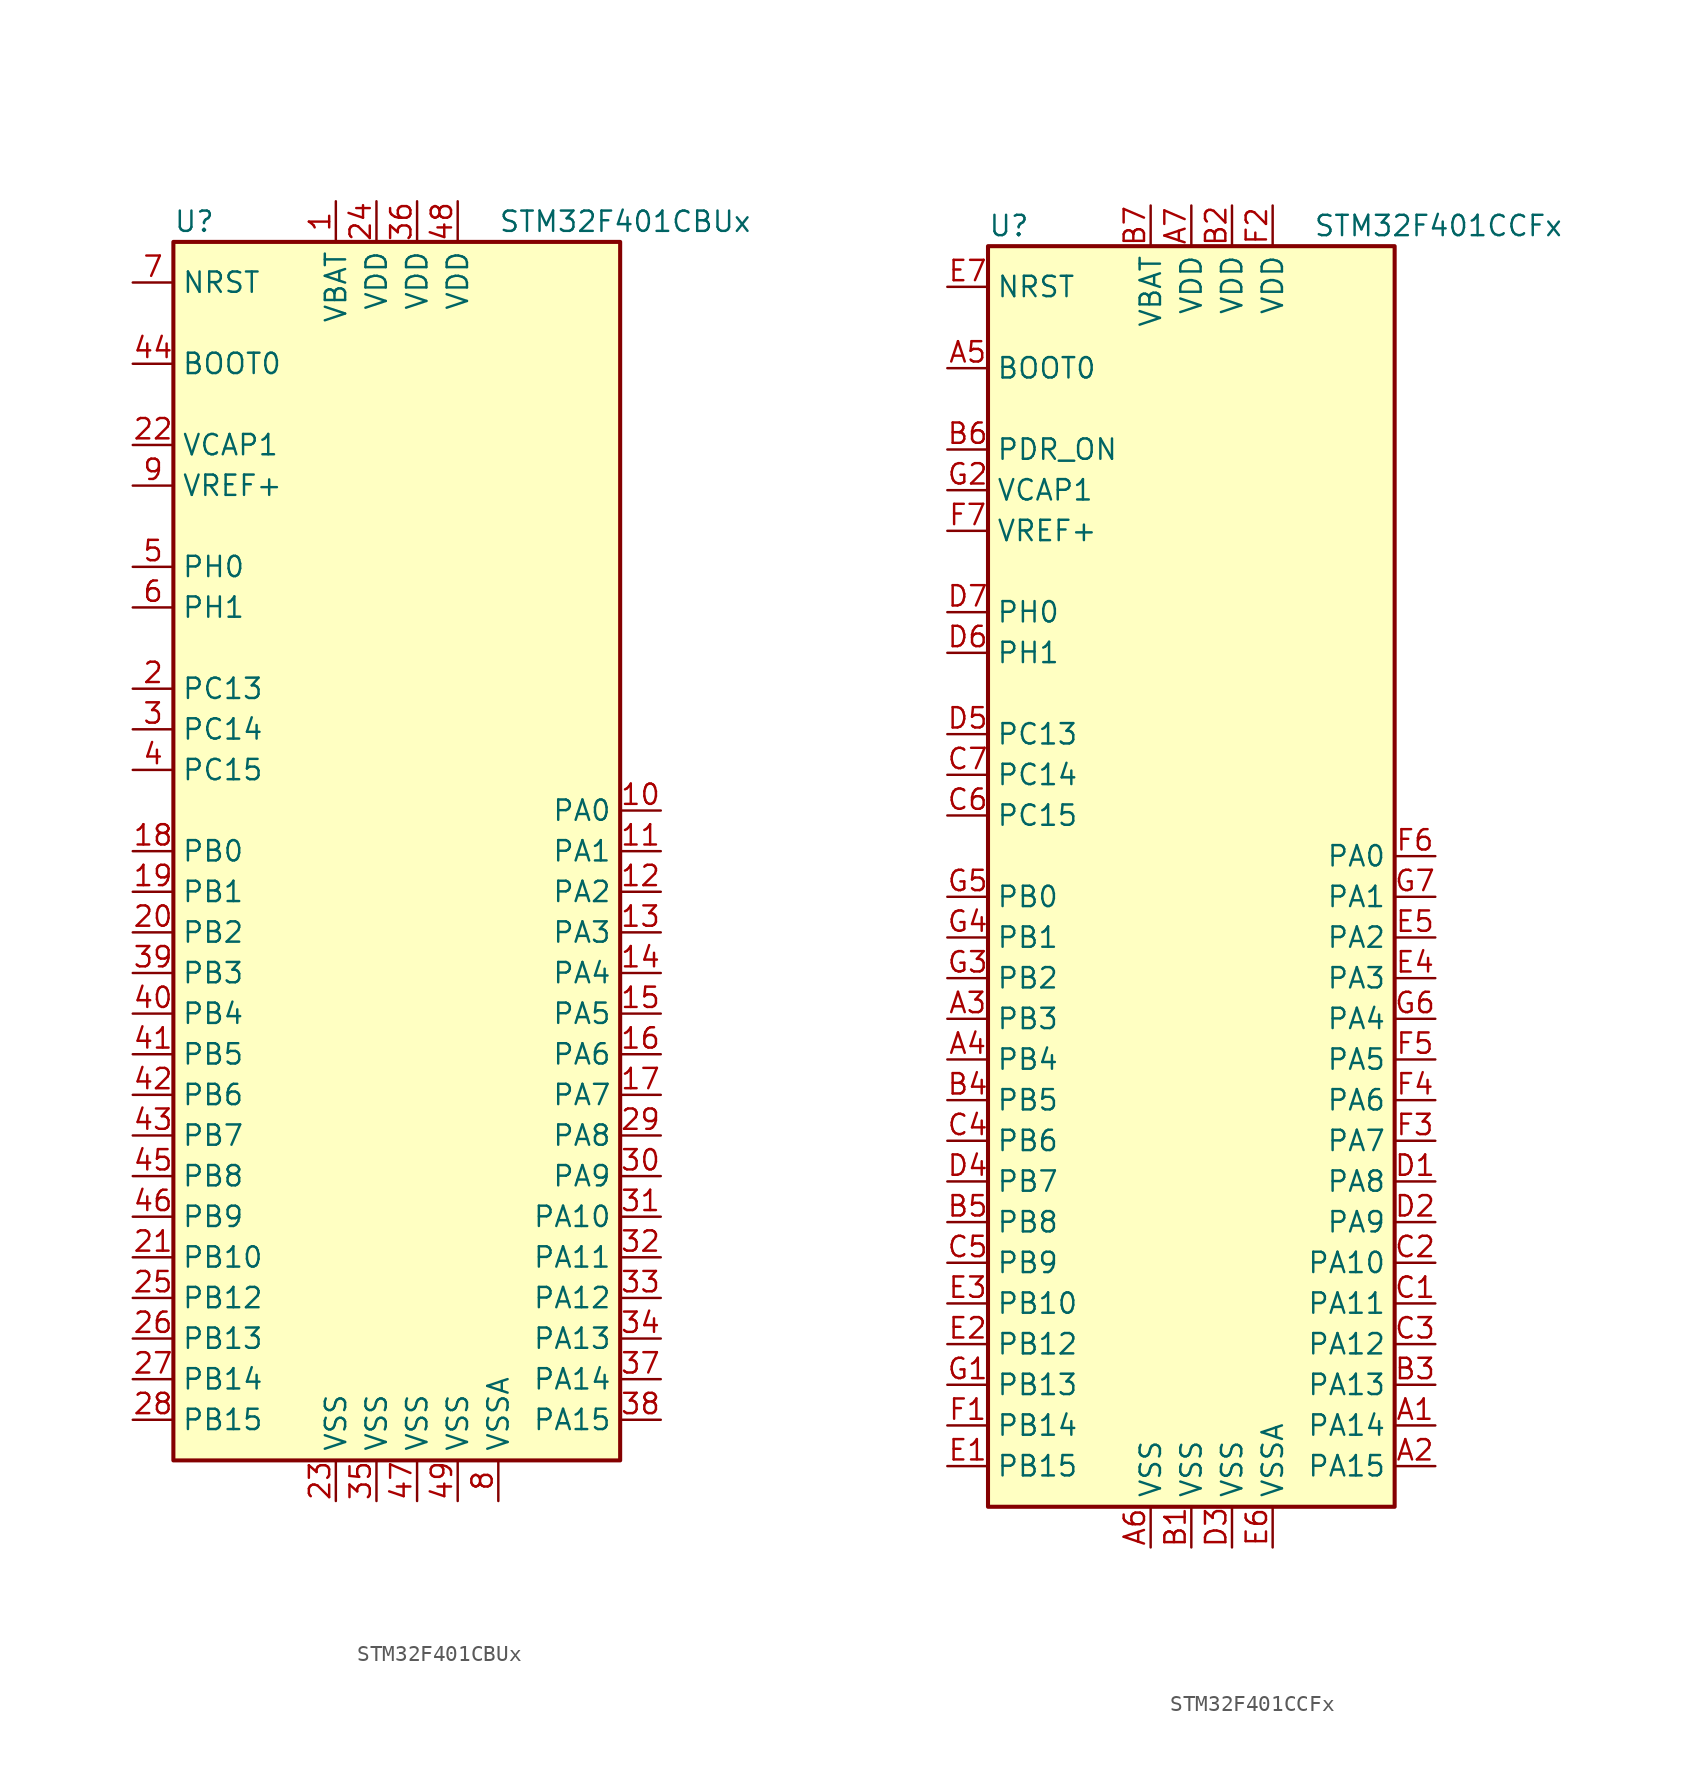
<source format=kicad_sym>
(kicad_symbol_lib
  (version 20211014)
  (generator kicad_symbol_editor)
  (symbol "STM32F401CBUx"
    (property "Reference" "U"
      (at -15.24 39.37 0)
      (effects (font (size 1.27 1.27)) (justify left)))
    (property "Value" "STM32F401CBUx"
      (at 5.08 39.37 0)
      (effects (font (size 1.27 1.27)) (justify left)))
    (symbol "STM32F401CBUx_0_1"
      (rectangle (start -15.24 -38.1) (end 12.7 38.1) (stroke (width 0.254) (type default) (color 0 0 0 0)) (fill (type background))))
    (symbol "STM32F401CBUx_1_1"
      (pin power_in line (at -5.08 40.64 270) (length 2.54) (name "VBAT" (effects (font (size 1.27 1.27)))) (number "1" (effects (font (size 1.27 1.27)))))
      (pin bidirectional line (at 15.24 2.54 180) (length 2.54) (name "PA0" (effects (font (size 1.27 1.27)))) (number "10" (effects (font (size 1.27 1.27)))))
      (pin bidirectional line (at 15.24 0 180) (length 2.54) (name "PA1" (effects (font (size 1.27 1.27)))) (number "11" (effects (font (size 1.27 1.27)))))
      (pin bidirectional line (at 15.24 -2.54 180) (length 2.54) (name "PA2" (effects (font (size 1.27 1.27)))) (number "12" (effects (font (size 1.27 1.27)))))
      (pin bidirectional line (at 15.24 -5.08 180) (length 2.54) (name "PA3" (effects (font (size 1.27 1.27)))) (number "13" (effects (font (size 1.27 1.27)))))
      (pin bidirectional line (at 15.24 -7.62 180) (length 2.54) (name "PA4" (effects (font (size 1.27 1.27)))) (number "14" (effects (font (size 1.27 1.27)))))
      (pin bidirectional line (at 15.24 -10.16 180) (length 2.54) (name "PA5" (effects (font (size 1.27 1.27)))) (number "15" (effects (font (size 1.27 1.27)))))
      (pin bidirectional line (at 15.24 -12.7 180) (length 2.54) (name "PA6" (effects (font (size 1.27 1.27)))) (number "16" (effects (font (size 1.27 1.27)))))
      (pin bidirectional line (at 15.24 -15.24 180) (length 2.54) (name "PA7" (effects (font (size 1.27 1.27)))) (number "17" (effects (font (size 1.27 1.27)))))
      (pin bidirectional line (at -17.78 0 0) (length 2.54) (name "PB0" (effects (font (size 1.27 1.27)))) (number "18" (effects (font (size 1.27 1.27)))))
      (pin bidirectional line (at -17.78 -2.54 0) (length 2.54) (name "PB1" (effects (font (size 1.27 1.27)))) (number "19" (effects (font (size 1.27 1.27)))))
      (pin bidirectional line (at -17.78 10.16 0) (length 2.54) (name "PC13" (effects (font (size 1.27 1.27)))) (number "2" (effects (font (size 1.27 1.27)))))
      (pin bidirectional line (at -17.78 -5.08 0) (length 2.54) (name "PB2" (effects (font (size 1.27 1.27)))) (number "20" (effects (font (size 1.27 1.27)))))
      (pin bidirectional line (at -17.78 -25.4 0) (length 2.54) (name "PB10" (effects (font (size 1.27 1.27)))) (number "21" (effects (font (size 1.27 1.27)))))
      (pin power_in line (at -17.78 25.4 0) (length 2.54) (name "VCAP1" (effects (font (size 1.27 1.27)))) (number "22" (effects (font (size 1.27 1.27)))))
      (pin power_in line (at -5.08 -40.64 90) (length 2.54) (name "VSS" (effects (font (size 1.27 1.27)))) (number "23" (effects (font (size 1.27 1.27)))))
      (pin power_in line (at -2.54 40.64 270) (length 2.54) (name "VDD" (effects (font (size 1.27 1.27)))) (number "24" (effects (font (size 1.27 1.27)))))
      (pin bidirectional line (at -17.78 -27.94 0) (length 2.54) (name "PB12" (effects (font (size 1.27 1.27)))) (number "25" (effects (font (size 1.27 1.27)))))
      (pin bidirectional line (at -17.78 -30.48 0) (length 2.54) (name "PB13" (effects (font (size 1.27 1.27)))) (number "26" (effects (font (size 1.27 1.27)))))
      (pin bidirectional line (at -17.78 -33.02 0) (length 2.54) (name "PB14" (effects (font (size 1.27 1.27)))) (number "27" (effects (font (size 1.27 1.27)))))
      (pin bidirectional line (at -17.78 -35.56 0) (length 2.54) (name "PB15" (effects (font (size 1.27 1.27)))) (number "28" (effects (font (size 1.27 1.27)))))
      (pin bidirectional line (at 15.24 -17.78 180) (length 2.54) (name "PA8" (effects (font (size 1.27 1.27)))) (number "29" (effects (font (size 1.27 1.27)))))
      (pin bidirectional line (at -17.78 7.62 0) (length 2.54) (name "PC14" (effects (font (size 1.27 1.27)))) (number "3" (effects (font (size 1.27 1.27)))))
      (pin bidirectional line (at 15.24 -20.32 180) (length 2.54) (name "PA9" (effects (font (size 1.27 1.27)))) (number "30" (effects (font (size 1.27 1.27)))))
      (pin bidirectional line (at 15.24 -22.86 180) (length 2.54) (name "PA10" (effects (font (size 1.27 1.27)))) (number "31" (effects (font (size 1.27 1.27)))))
      (pin bidirectional line (at 15.24 -25.4 180) (length 2.54) (name "PA11" (effects (font (size 1.27 1.27)))) (number "32" (effects (font (size 1.27 1.27)))))
      (pin bidirectional line (at 15.24 -27.94 180) (length 2.54) (name "PA12" (effects (font (size 1.27 1.27)))) (number "33" (effects (font (size 1.27 1.27)))))
      (pin bidirectional line (at 15.24 -30.48 180) (length 2.54) (name "PA13" (effects (font (size 1.27 1.27)))) (number "34" (effects (font (size 1.27 1.27)))))
      (pin power_in line (at -2.54 -40.64 90) (length 2.54) (name "VSS" (effects (font (size 1.27 1.27)))) (number "35" (effects (font (size 1.27 1.27)))))
      (pin power_in line (at 0 40.64 270) (length 2.54) (name "VDD" (effects (font (size 1.27 1.27)))) (number "36" (effects (font (size 1.27 1.27)))))
      (pin bidirectional line (at 15.24 -33.02 180) (length 2.54) (name "PA14" (effects (font (size 1.27 1.27)))) (number "37" (effects (font (size 1.27 1.27)))))
      (pin bidirectional line (at 15.24 -35.56 180) (length 2.54) (name "PA15" (effects (font (size 1.27 1.27)))) (number "38" (effects (font (size 1.27 1.27)))))
      (pin bidirectional line (at -17.78 -7.62 0) (length 2.54) (name "PB3" (effects (font (size 1.27 1.27)))) (number "39" (effects (font (size 1.27 1.27)))))
      (pin bidirectional line (at -17.78 5.08 0) (length 2.54) (name "PC15" (effects (font (size 1.27 1.27)))) (number "4" (effects (font (size 1.27 1.27)))))
      (pin bidirectional line (at -17.78 -10.16 0) (length 2.54) (name "PB4" (effects (font (size 1.27 1.27)))) (number "40" (effects (font (size 1.27 1.27)))))
      (pin bidirectional line (at -17.78 -12.7 0) (length 2.54) (name "PB5" (effects (font (size 1.27 1.27)))) (number "41" (effects (font (size 1.27 1.27)))))
      (pin bidirectional line (at -17.78 -15.24 0) (length 2.54) (name "PB6" (effects (font (size 1.27 1.27)))) (number "42" (effects (font (size 1.27 1.27)))))
      (pin bidirectional line (at -17.78 -17.78 0) (length 2.54) (name "PB7" (effects (font (size 1.27 1.27)))) (number "43" (effects (font (size 1.27 1.27)))))
      (pin input line (at -17.78 30.48 0) (length 2.54) (name "BOOT0" (effects (font (size 1.27 1.27)))) (number "44" (effects (font (size 1.27 1.27)))))
      (pin bidirectional line (at -17.78 -20.32 0) (length 2.54) (name "PB8" (effects (font (size 1.27 1.27)))) (number "45" (effects (font (size 1.27 1.27)))))
      (pin bidirectional line (at -17.78 -22.86 0) (length 2.54) (name "PB9" (effects (font (size 1.27 1.27)))) (number "46" (effects (font (size 1.27 1.27)))))
      (pin power_in line (at 0 -40.64 90) (length 2.54) (name "VSS" (effects (font (size 1.27 1.27)))) (number "47" (effects (font (size 1.27 1.27)))))
      (pin power_in line (at 2.54 40.64 270) (length 2.54) (name "VDD" (effects (font (size 1.27 1.27)))) (number "48" (effects (font (size 1.27 1.27)))))
      (pin power_in line (at 2.54 -40.64 90) (length 2.54) (name "VSS" (effects (font (size 1.27 1.27)))) (number "49" (effects (font (size 1.27 1.27)))))
      (pin input line (at -17.78 17.78 0) (length 2.54) (name "PH0" (effects (font (size 1.27 1.27)))) (number "5" (effects (font (size 1.27 1.27)))))
      (pin input line (at -17.78 15.24 0) (length 2.54) (name "PH1" (effects (font (size 1.27 1.27)))) (number "6" (effects (font (size 1.27 1.27)))))
      (pin input line (at -17.78 35.56 0) (length 2.54) (name "NRST" (effects (font (size 1.27 1.27)))) (number "7" (effects (font (size 1.27 1.27)))))
      (pin power_in line (at 5.08 -40.64 90) (length 2.54) (name "VSSA" (effects (font (size 1.27 1.27)))) (number "8" (effects (font (size 1.27 1.27)))))
      (pin power_in line (at -17.78 22.86 0) (length 2.54) (name "VREF+" (effects (font (size 1.27 1.27)))) (number "9" (effects (font (size 1.27 1.27)))))))
  (symbol "STM32F401CCFx"
    (property "Reference" "U"
      (at -12.7 39.37 0)
      (effects (font (size 1.27 1.27)) (justify left)))
    (property "Value" "STM32F401CCFx"
      (at 7.62 39.37 0)
      (effects (font (size 1.27 1.27)) (justify left)))
    (symbol "STM32F401CCFx_0_1"
      (rectangle (start -12.7 -40.64) (end 12.7 38.1) (stroke (width 0.254) (type default) (color 0 0 0 0)) (fill (type background))))
    (symbol "STM32F401CCFx_1_1"
      (pin bidirectional line (at 15.24 -35.56 180) (length 2.54) (name "PA14" (effects (font (size 1.27 1.27)))) (number "A1" (effects (font (size 1.27 1.27)))))
      (pin bidirectional line (at 15.24 -38.1 180) (length 2.54) (name "PA15" (effects (font (size 1.27 1.27)))) (number "A2" (effects (font (size 1.27 1.27)))))
      (pin bidirectional line (at -15.24 -10.16 0) (length 2.54) (name "PB3" (effects (font (size 1.27 1.27)))) (number "A3" (effects (font (size 1.27 1.27)))))
      (pin bidirectional line (at -15.24 -12.7 0) (length 2.54) (name "PB4" (effects (font (size 1.27 1.27)))) (number "A4" (effects (font (size 1.27 1.27)))))
      (pin input line (at -15.24 30.48 0) (length 2.54) (name "BOOT0" (effects (font (size 1.27 1.27)))) (number "A5" (effects (font (size 1.27 1.27)))))
      (pin power_in line (at -2.54 -43.18 90) (length 2.54) (name "VSS" (effects (font (size 1.27 1.27)))) (number "A6" (effects (font (size 1.27 1.27)))))
      (pin power_in line (at 0 40.64 270) (length 2.54) (name "VDD" (effects (font (size 1.27 1.27)))) (number "A7" (effects (font (size 1.27 1.27)))))
      (pin power_in line (at 0 -43.18 90) (length 2.54) (name "VSS" (effects (font (size 1.27 1.27)))) (number "B1" (effects (font (size 1.27 1.27)))))
      (pin power_in line (at 2.54 40.64 270) (length 2.54) (name "VDD" (effects (font (size 1.27 1.27)))) (number "B2" (effects (font (size 1.27 1.27)))))
      (pin bidirectional line (at 15.24 -33.02 180) (length 2.54) (name "PA13" (effects (font (size 1.27 1.27)))) (number "B3" (effects (font (size 1.27 1.27)))))
      (pin bidirectional line (at -15.24 -15.24 0) (length 2.54) (name "PB5" (effects (font (size 1.27 1.27)))) (number "B4" (effects (font (size 1.27 1.27)))))
      (pin bidirectional line (at -15.24 -22.86 0) (length 2.54) (name "PB8" (effects (font (size 1.27 1.27)))) (number "B5" (effects (font (size 1.27 1.27)))))
      (pin power_in line (at -15.24 25.4 0) (length 2.54) (name "PDR_ON" (effects (font (size 1.27 1.27)))) (number "B6" (effects (font (size 1.27 1.27)))))
      (pin power_in line (at -2.54 40.64 270) (length 2.54) (name "VBAT" (effects (font (size 1.27 1.27)))) (number "B7" (effects (font (size 1.27 1.27)))))
      (pin bidirectional line (at 15.24 -27.94 180) (length 2.54) (name "PA11" (effects (font (size 1.27 1.27)))) (number "C1" (effects (font (size 1.27 1.27)))))
      (pin bidirectional line (at 15.24 -25.4 180) (length 2.54) (name "PA10" (effects (font (size 1.27 1.27)))) (number "C2" (effects (font (size 1.27 1.27)))))
      (pin bidirectional line (at 15.24 -30.48 180) (length 2.54) (name "PA12" (effects (font (size 1.27 1.27)))) (number "C3" (effects (font (size 1.27 1.27)))))
      (pin bidirectional line (at -15.24 -17.78 0) (length 2.54) (name "PB6" (effects (font (size 1.27 1.27)))) (number "C4" (effects (font (size 1.27 1.27)))))
      (pin bidirectional line (at -15.24 -25.4 0) (length 2.54) (name "PB9" (effects (font (size 1.27 1.27)))) (number "C5" (effects (font (size 1.27 1.27)))))
      (pin bidirectional line (at -15.24 2.54 0) (length 2.54) (name "PC15" (effects (font (size 1.27 1.27)))) (number "C6" (effects (font (size 1.27 1.27)))))
      (pin bidirectional line (at -15.24 5.08 0) (length 2.54) (name "PC14" (effects (font (size 1.27 1.27)))) (number "C7" (effects (font (size 1.27 1.27)))))
      (pin bidirectional line (at 15.24 -20.32 180) (length 2.54) (name "PA8" (effects (font (size 1.27 1.27)))) (number "D1" (effects (font (size 1.27 1.27)))))
      (pin bidirectional line (at 15.24 -22.86 180) (length 2.54) (name "PA9" (effects (font (size 1.27 1.27)))) (number "D2" (effects (font (size 1.27 1.27)))))
      (pin power_in line (at 2.54 -43.18 90) (length 2.54) (name "VSS" (effects (font (size 1.27 1.27)))) (number "D3" (effects (font (size 1.27 1.27)))))
      (pin bidirectional line (at -15.24 -20.32 0) (length 2.54) (name "PB7" (effects (font (size 1.27 1.27)))) (number "D4" (effects (font (size 1.27 1.27)))))
      (pin bidirectional line (at -15.24 7.62 0) (length 2.54) (name "PC13" (effects (font (size 1.27 1.27)))) (number "D5" (effects (font (size 1.27 1.27)))))
      (pin input line (at -15.24 12.7 0) (length 2.54) (name "PH1" (effects (font (size 1.27 1.27)))) (number "D6" (effects (font (size 1.27 1.27)))))
      (pin input line (at -15.24 15.24 0) (length 2.54) (name "PH0" (effects (font (size 1.27 1.27)))) (number "D7" (effects (font (size 1.27 1.27)))))
      (pin bidirectional line (at -15.24 -38.1 0) (length 2.54) (name "PB15" (effects (font (size 1.27 1.27)))) (number "E1" (effects (font (size 1.27 1.27)))))
      (pin bidirectional line (at -15.24 -30.48 0) (length 2.54) (name "PB12" (effects (font (size 1.27 1.27)))) (number "E2" (effects (font (size 1.27 1.27)))))
      (pin bidirectional line (at -15.24 -27.94 0) (length 2.54) (name "PB10" (effects (font (size 1.27 1.27)))) (number "E3" (effects (font (size 1.27 1.27)))))
      (pin bidirectional line (at 15.24 -7.62 180) (length 2.54) (name "PA3" (effects (font (size 1.27 1.27)))) (number "E4" (effects (font (size 1.27 1.27)))))
      (pin bidirectional line (at 15.24 -5.08 180) (length 2.54) (name "PA2" (effects (font (size 1.27 1.27)))) (number "E5" (effects (font (size 1.27 1.27)))))
      (pin power_in line (at 5.08 -43.18 90) (length 2.54) (name "VSSA" (effects (font (size 1.27 1.27)))) (number "E6" (effects (font (size 1.27 1.27)))))
      (pin input line (at -15.24 35.56 0) (length 2.54) (name "NRST" (effects (font (size 1.27 1.27)))) (number "E7" (effects (font (size 1.27 1.27)))))
      (pin bidirectional line (at -15.24 -35.56 0) (length 2.54) (name "PB14" (effects (font (size 1.27 1.27)))) (number "F1" (effects (font (size 1.27 1.27)))))
      (pin power_in line (at 5.08 40.64 270) (length 2.54) (name "VDD" (effects (font (size 1.27 1.27)))) (number "F2" (effects (font (size 1.27 1.27)))))
      (pin bidirectional line (at 15.24 -17.78 180) (length 2.54) (name "PA7" (effects (font (size 1.27 1.27)))) (number "F3" (effects (font (size 1.27 1.27)))))
      (pin bidirectional line (at 15.24 -15.24 180) (length 2.54) (name "PA6" (effects (font (size 1.27 1.27)))) (number "F4" (effects (font (size 1.27 1.27)))))
      (pin bidirectional line (at 15.24 -12.7 180) (length 2.54) (name "PA5" (effects (font (size 1.27 1.27)))) (number "F5" (effects (font (size 1.27 1.27)))))
      (pin bidirectional line (at 15.24 0 180) (length 2.54) (name "PA0" (effects (font (size 1.27 1.27)))) (number "F6" (effects (font (size 1.27 1.27)))))
      (pin power_in line (at -15.24 20.32 0) (length 2.54) (name "VREF+" (effects (font (size 1.27 1.27)))) (number "F7" (effects (font (size 1.27 1.27)))))
      (pin bidirectional line (at -15.24 -33.02 0) (length 2.54) (name "PB13" (effects (font (size 1.27 1.27)))) (number "G1" (effects (font (size 1.27 1.27)))))
      (pin power_in line (at -15.24 22.86 0) (length 2.54) (name "VCAP1" (effects (font (size 1.27 1.27)))) (number "G2" (effects (font (size 1.27 1.27)))))
      (pin bidirectional line (at -15.24 -7.62 0) (length 2.54) (name "PB2" (effects (font (size 1.27 1.27)))) (number "G3" (effects (font (size 1.27 1.27)))))
      (pin bidirectional line (at -15.24 -5.08 0) (length 2.54) (name "PB1" (effects (font (size 1.27 1.27)))) (number "G4" (effects (font (size 1.27 1.27)))))
      (pin bidirectional line (at -15.24 -2.54 0) (length 2.54) (name "PB0" (effects (font (size 1.27 1.27)))) (number "G5" (effects (font (size 1.27 1.27)))))
      (pin bidirectional line (at 15.24 -10.16 180) (length 2.54) (name "PA4" (effects (font (size 1.27 1.27)))) (number "G6" (effects (font (size 1.27 1.27)))))
      (pin bidirectional line (at 15.24 -2.54 180) (length 2.54) (name "PA1" (effects (font (size 1.27 1.27)))) (number "G7" (effects (font (size 1.27 1.27))))))))
</source>
